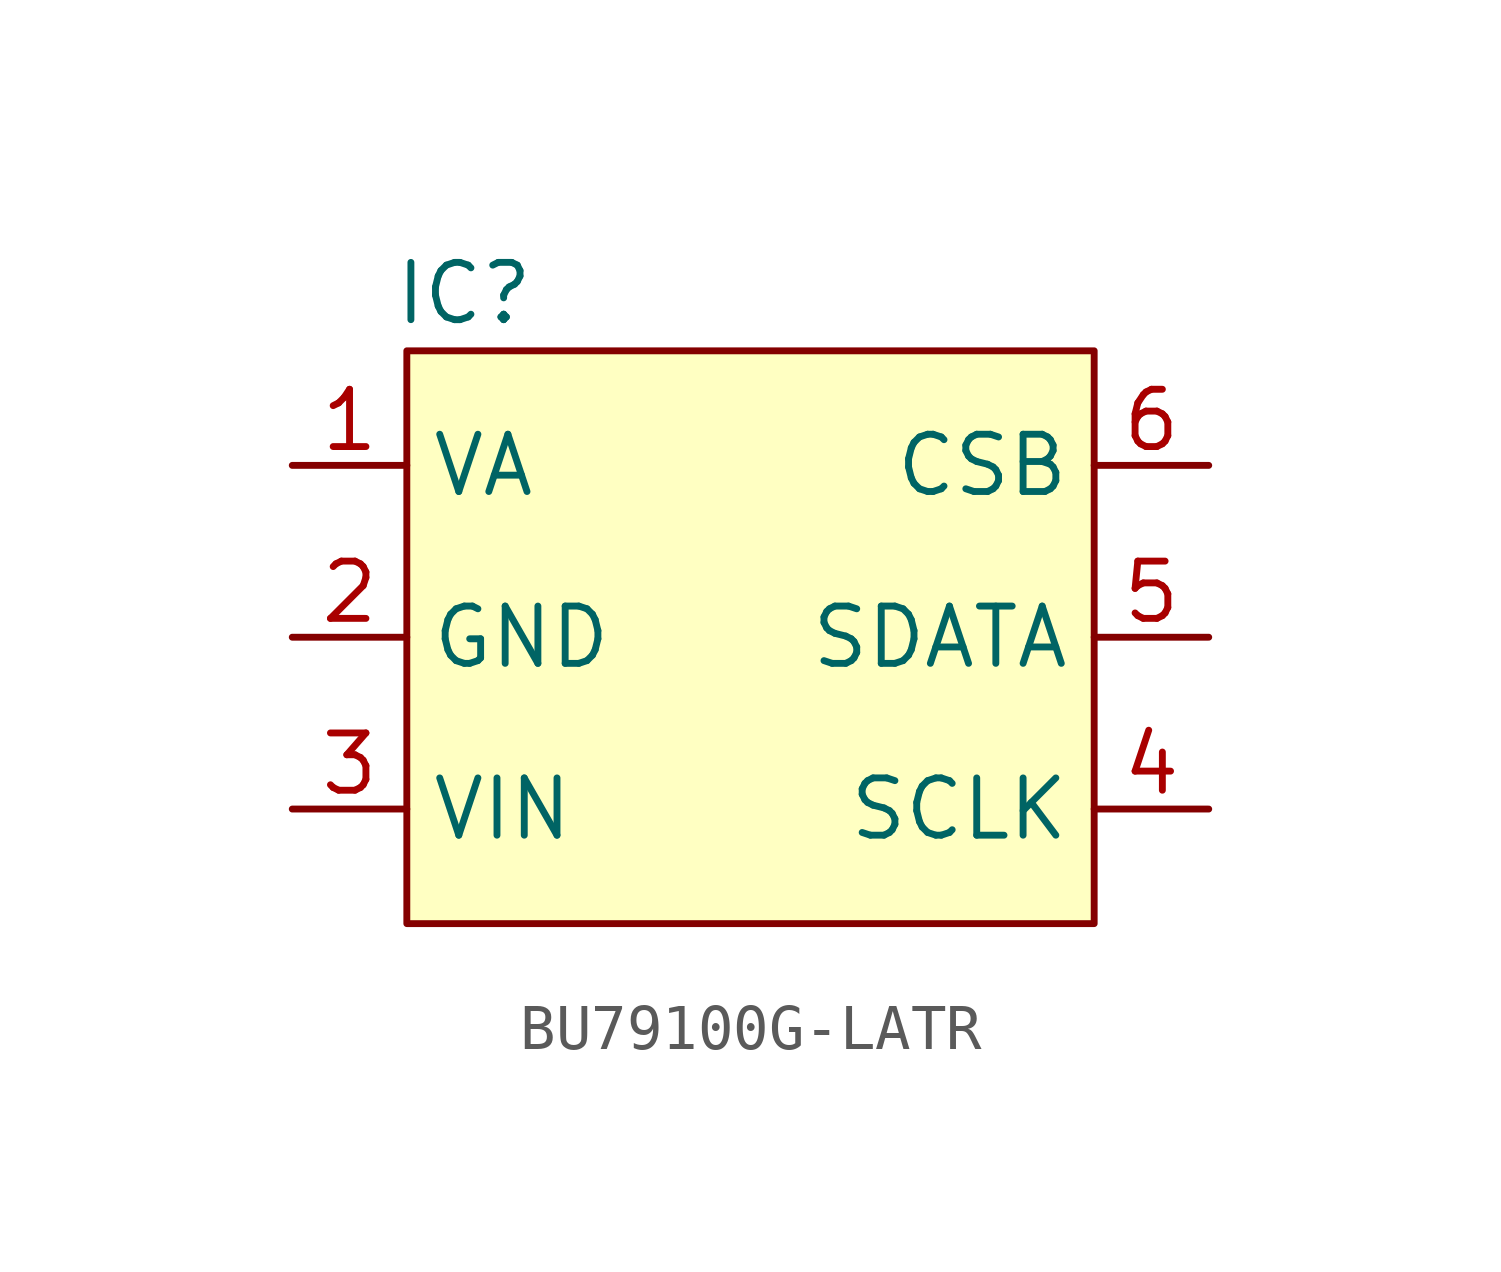
<source format=kicad_sym>
(kicad_symbol_lib
  (version 20220914)
  (generator kicad_symbol_editor)
  (symbol "BU79100G-LATR"
    (property "Reference" "IC"
      (at -6.35 7.62 0)
      (effects (font (size 1.27 1.27))))
    (property "Value" ""
      (at 0 0 0)
      (effects (font (size 1.27 1.27))))
    (symbol "BU79100G-LATR_1_1"
      (rectangle (start -7.62 6.35) (end 7.62 -6.35) (stroke (width 0) (type default)) (fill (type background)))
      (pin power_in line (at -10.16 3.81 0) (length 2.54) (name "VA" (effects (font (size 1.27 1.27)))) (number "1" (effects (font (size 1.27 1.27)))))
      (pin power_in line (at -10.16 0 0) (length 2.54) (name "GND" (effects (font (size 1.27 1.27)))) (number "2" (effects (font (size 1.27 1.27)))))
      (pin power_in line (at -10.16 -3.81 0) (length 2.54) (name "VIN" (effects (font (size 1.27 1.27)))) (number "3" (effects (font (size 1.27 1.27)))))
      (pin input line (at 10.16 -3.81 180) (length 2.54) (name "SCLK" (effects (font (size 1.27 1.27)))) (number "4" (effects (font (size 1.27 1.27)))))
      (pin output line (at 10.16 0 180) (length 2.54) (name "SDATA" (effects (font (size 1.27 1.27)))) (number "5" (effects (font (size 1.27 1.27)))))
      (pin input line (at 10.16 3.81 180) (length 2.54) (name "CSB" (effects (font (size 1.27 1.27)))) (number "6" (effects (font (size 1.27 1.27))))))))
</source>
